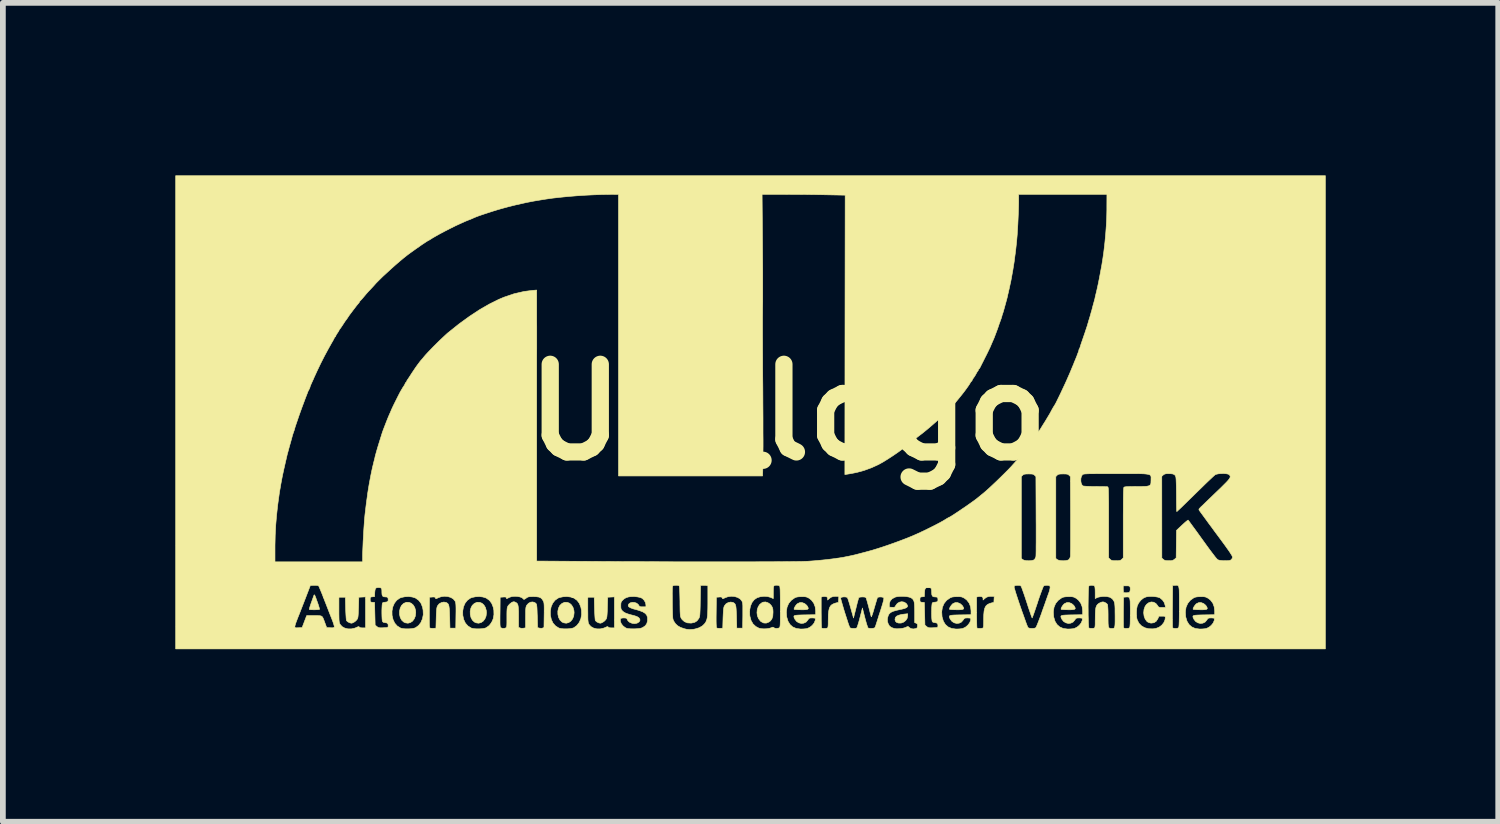
<source format=kicad_pcb>
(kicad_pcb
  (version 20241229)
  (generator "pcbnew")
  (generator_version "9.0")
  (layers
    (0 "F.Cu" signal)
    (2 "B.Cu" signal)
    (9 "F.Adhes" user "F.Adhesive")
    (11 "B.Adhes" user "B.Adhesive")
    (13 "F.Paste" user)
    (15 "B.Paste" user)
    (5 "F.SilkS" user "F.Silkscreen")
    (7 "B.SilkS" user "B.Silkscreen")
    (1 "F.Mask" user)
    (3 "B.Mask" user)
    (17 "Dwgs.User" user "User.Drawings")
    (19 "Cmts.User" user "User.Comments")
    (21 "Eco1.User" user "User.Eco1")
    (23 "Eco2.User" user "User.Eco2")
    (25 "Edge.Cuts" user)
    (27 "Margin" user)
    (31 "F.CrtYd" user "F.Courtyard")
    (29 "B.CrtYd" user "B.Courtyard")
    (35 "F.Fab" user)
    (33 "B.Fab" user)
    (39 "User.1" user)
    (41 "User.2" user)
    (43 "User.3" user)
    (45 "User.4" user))
  (footprint "AUV_logo"
    (layer "F.Cu")
    (at 10.002 4.12)
    (property "Reference" "AUV_logo" (at 0 0 0) (layer "F.SilkS") (effects (font (size 1.524 1.524) (thickness 0.3))))
    (attr through_hole)
    (fp_poly (pts (xy 2.733 3.537) (xy 2.724 3.583) (xy 2.699 3.621) (xy 2.663 3.649) (xy 2.62 3.665) (xy 2.574 3.665) (xy 2.542 3.655) (xy 2.52 3.634) (xy 2.512 3.604) (xy 2.519 3.571) (xy 2.521 3.567) (xy 2.54 3.546) (xy 2.573 3.53) (xy 2.621 3.517) (xy 2.67 3.51) (xy 2.733 3.503) (xy 2.733 3.537)) (stroke (width 0.01) (type solid)) (fill yes) (layer "F.SilkS"))
    (fp_poly (pts (xy 0.941 3.326) (xy 0.977 3.356) (xy 0.991 3.376) (xy 1.002 3.399) (xy 1.004 3.415) (xy 0.994 3.425) (xy 0.97 3.431) (xy 0.93 3.434) (xy 0.88 3.434) (xy 0.833 3.433) (xy 0.794 3.431) (xy 0.768 3.429) (xy 0.758 3.426) (xy 0.759 3.41) (xy 0.77 3.386) (xy 0.787 3.359) (xy 0.808 3.335) (xy 0.817 3.328) (xy 0.856 3.31) (xy 0.899 3.31) (xy 0.941 3.326)) (stroke (width 0.01) (type solid)) (fill yes) (layer "F.SilkS"))
    (fp_poly (pts (xy 3.643 3.326) (xy 3.679 3.356) (xy 3.693 3.376) (xy 3.705 3.399) (xy 3.707 3.415) (xy 3.697 3.425) (xy 3.673 3.431) (xy 3.633 3.434) (xy 3.582 3.434) (xy 3.536 3.433) (xy 3.497 3.431) (xy 3.47 3.429) (xy 3.46 3.426) (xy 3.461 3.41) (xy 3.472 3.386) (xy 3.49 3.359) (xy 3.511 3.335) (xy 3.519 3.328) (xy 3.559 3.31) (xy 3.601 3.31) (xy 3.643 3.326)) (stroke (width 0.01) (type solid)) (fill yes) (layer "F.SilkS"))
    (fp_poly (pts (xy 5.584 3.326) (xy 5.62 3.356) (xy 5.634 3.376) (xy 5.645 3.399) (xy 5.647 3.415) (xy 5.637 3.425) (xy 5.613 3.431) (xy 5.573 3.434) (xy 5.523 3.434) (xy 5.476 3.433) (xy 5.438 3.431) (xy 5.411 3.429) (xy 5.401 3.426) (xy 5.402 3.41) (xy 5.413 3.386) (xy 5.43 3.359) (xy 5.451 3.335) (xy 5.46 3.328) (xy 5.499 3.31) (xy 5.542 3.31) (xy 5.584 3.326)) (stroke (width 0.01) (type solid)) (fill yes) (layer "F.SilkS"))
    (fp_poly (pts (xy 7.88 3.326) (xy 7.916 3.356) (xy 7.93 3.376) (xy 7.941 3.399) (xy 7.943 3.415) (xy 7.934 3.425) (xy 7.91 3.431) (xy 7.87 3.434) (xy 7.819 3.434) (xy 7.772 3.433) (xy 7.734 3.431) (xy 7.707 3.429) (xy 7.697 3.426) (xy 7.698 3.41) (xy 7.709 3.386) (xy 7.727 3.359) (xy 7.747 3.335) (xy 7.756 3.328) (xy 7.795 3.31) (xy 7.838 3.31) (xy 7.88 3.326)) (stroke (width 0.01) (type solid)) (fill yes) (layer "F.SilkS"))
    (fp_poly (pts (xy -5.94 3.305) (xy -5.9 3.321) (xy -5.865 3.352) (xy -5.839 3.395) (xy -5.824 3.449) (xy -5.822 3.485) (xy -5.829 3.544) (xy -5.849 3.593) (xy -5.878 3.632) (xy -5.916 3.657) (xy -5.958 3.668) (xy -6.003 3.661) (xy -6.032 3.647) (xy -6.068 3.613) (xy -6.092 3.567) (xy -6.104 3.514) (xy -6.104 3.458) (xy -6.092 3.405) (xy -6.069 3.359) (xy -6.034 3.325) (xy -6.031 3.323) (xy -5.985 3.304) (xy -5.94 3.305)) (stroke (width 0.01) (type solid)) (fill yes) (layer "F.SilkS"))
    (fp_poly (pts (xy -4.711 3.305) (xy -4.67 3.321) (xy -4.636 3.352) (xy -4.61 3.395) (xy -4.595 3.449) (xy -4.592 3.485) (xy -4.599 3.544) (xy -4.619 3.593) (xy -4.649 3.632) (xy -4.686 3.657) (xy -4.729 3.668) (xy -4.773 3.661) (xy -4.803 3.647) (xy -4.838 3.613) (xy -4.862 3.567) (xy -4.874 3.514) (xy -4.875 3.458) (xy -4.863 3.405) (xy -4.84 3.359) (xy -4.804 3.325) (xy -4.801 3.323) (xy -4.756 3.304) (xy -4.711 3.305)) (stroke (width 0.01) (type solid)) (fill yes) (layer "F.SilkS"))
    (fp_poly (pts (xy -3.187 3.305) (xy -3.146 3.321) (xy -3.112 3.352) (xy -3.086 3.395) (xy -3.071 3.449) (xy -3.068 3.485) (xy -3.075 3.544) (xy -3.095 3.593) (xy -3.125 3.632) (xy -3.162 3.657) (xy -3.205 3.668) (xy -3.249 3.661) (xy -3.279 3.647) (xy -3.314 3.613) (xy -3.338 3.567) (xy -3.35 3.514) (xy -3.351 3.458) (xy -3.339 3.405) (xy -3.316 3.359) (xy -3.28 3.325) (xy -3.277 3.323) (xy -3.232 3.304) (xy -3.187 3.305)) (stroke (width 0.01) (type solid)) (fill yes) (layer "F.SilkS"))
    (fp_poly (pts (xy 0.302 3.311) (xy 0.341 3.338) (xy 0.367 3.369) (xy 0.38 3.395) (xy 0.388 3.422) (xy 0.391 3.458) (xy 0.391 3.485) (xy 0.387 3.546) (xy 0.372 3.592) (xy 0.347 3.627) (xy 0.319 3.648) (xy 0.273 3.666) (xy 0.229 3.664) (xy 0.186 3.642) (xy 0.174 3.633) (xy 0.14 3.59) (xy 0.119 3.539) (xy 0.112 3.485) (xy 0.117 3.431) (xy 0.134 3.381) (xy 0.162 3.339) (xy 0.202 3.309) (xy 0.22 3.302) (xy 0.26 3.298) (xy 0.302 3.311)) (stroke (width 0.01) (type solid)) (fill yes) (layer "F.SilkS"))
    (fp_poly (pts (xy -7.581 3.177) (xy -7.573 3.193) (xy -7.561 3.222) (xy -7.545 3.268) (xy -7.537 3.289) (xy -7.52 3.337) (xy -7.507 3.378) (xy -7.498 3.409) (xy -7.494 3.425) (xy -7.495 3.426) (xy -7.506 3.43) (xy -7.532 3.432) (xy -7.567 3.434) (xy -7.604 3.434) (xy -7.638 3.433) (xy -7.663 3.431) (xy -7.673 3.428) (xy -7.672 3.417) (xy -7.665 3.391) (xy -7.654 3.355) (xy -7.643 3.324) (xy -7.627 3.279) (xy -7.612 3.237) (xy -7.6 3.204) (xy -7.596 3.192) (xy -7.591 3.179) (xy -7.586 3.174) (xy -7.581 3.177)) (stroke (width 0.01) (type solid)) (fill yes) (layer "F.SilkS"))
    (fp_poly (pts (xy 9.997 4.115) (xy -9.997 4.115) (xy -9.997 3.728) (xy -7.925 3.728) (xy -7.923 3.74) (xy -7.916 3.746) (xy -7.898 3.748) (xy -7.864 3.747) (xy -7.861 3.747) (xy -7.798 3.744) (xy -7.719 3.536) (xy -7.588 3.536) (xy -7.533 3.536) (xy -7.494 3.537) (xy -7.468 3.542) (xy -7.449 3.554) (xy -7.435 3.576) (xy -7.421 3.609) (xy -7.403 3.658) (xy -7.371 3.744) (xy -7.307 3.747) (xy -7.27 3.748) (xy -7.249 3.744) (xy -7.239 3.737) (xy -7.238 3.734) (xy -7.239 3.72) (xy -7.247 3.69) (xy -7.26 3.65) (xy -7.278 3.602) (xy -7.283 3.589) (xy -7.303 3.539) (xy -7.328 3.475) (xy -7.356 3.403) (xy -7.385 3.328) (xy -7.414 3.255) (xy -7.417 3.246) (xy -7.429 3.216) (xy -7.158 3.216) (xy -7.158 3.434) (xy -7.158 3.507) (xy -7.157 3.563) (xy -7.156 3.604) (xy -7.154 3.633) (xy -7.15 3.655) (xy -7.146 3.671) (xy -7.139 3.684) (xy -7.137 3.688) (xy -7.104 3.726) (xy -7.058 3.752) (xy -7.003 3.766) (xy -6.944 3.767) (xy -6.884 3.754) (xy -6.861 3.745) (xy -6.83 3.731) (xy -6.813 3.727) (xy -6.805 3.732) (xy -6.803 3.735) (xy -6.79 3.745) (xy -6.758 3.749) (xy -6.747 3.749) (xy -6.695 3.749) (xy -6.695 3.256) (xy -6.614 3.256) (xy -6.613 3.284) (xy -6.607 3.297) (xy -6.592 3.302) (xy -6.576 3.304) (xy -6.538 3.307) (xy -6.528 3.7) (xy -6.499 3.725) (xy -6.482 3.737) (xy -6.465 3.745) (xy -6.442 3.748) (xy -6.406 3.748) (xy -6.387 3.747) (xy -6.346 3.745) (xy -6.322 3.743) (xy -6.309 3.738) (xy -6.303 3.729) (xy -6.301 3.715) (xy -6.304 3.683) (xy -6.323 3.664) (xy -6.356 3.658) (xy -6.387 3.652) (xy -6.4 3.638) (xy -6.405 3.619) (xy -6.408 3.586) (xy -6.41 3.542) (xy -6.411 3.493) (xy -6.411 3.456) (xy -6.235 3.456) (xy -6.234 3.53) (xy -6.217 3.604) (xy -6.187 3.667) (xy -6.144 3.716) (xy -6.089 3.75) (xy -6.081 3.754) (xy -6.045 3.762) (xy -5.998 3.766) (xy -5.945 3.766) (xy -5.894 3.763) (xy -5.852 3.755) (xy -5.827 3.747) (xy -5.773 3.708) (xy -5.732 3.655) (xy -5.705 3.591) (xy -5.7 3.564) (xy -5.586 3.564) (xy -5.586 3.63) (xy -5.585 3.679) (xy -5.584 3.714) (xy -5.581 3.737) (xy -5.578 3.749) (xy -5.575 3.751) (xy -5.558 3.756) (xy -5.529 3.757) (xy -5.517 3.757) (xy -5.471 3.754) (xy -5.466 3.576) (xy -5.464 3.508) (xy -5.461 3.457) (xy -5.458 3.419) (xy -5.453 3.393) (xy -5.447 3.374) (xy -5.443 3.366) (xy -5.415 3.331) (xy -5.376 3.309) (xy -5.334 3.3) (xy -5.293 3.307) (xy -5.286 3.311) (xy -5.27 3.321) (xy -5.258 3.334) (xy -5.249 3.353) (xy -5.243 3.381) (xy -5.238 3.42) (xy -5.235 3.474) (xy -5.233 3.544) (xy -5.232 3.561) (xy -5.227 3.754) (xy -5.126 3.754) (xy -5.123 3.536) (xy -5.122 3.462) (xy -5.122 3.456) (xy -5.005 3.456) (xy -5.004 3.53) (xy -4.988 3.604) (xy -4.958 3.667) (xy -4.914 3.716) (xy -4.86 3.75) (xy -4.851 3.754) (xy -4.816 3.762) (xy -4.768 3.766) (xy -4.716 3.766) (xy -4.665 3.763) (xy -4.622 3.755) (xy -4.597 3.747) (xy -4.544 3.708) (xy -4.503 3.655) (xy -4.486 3.617) (xy -4.357 3.617) (xy -4.357 3.663) (xy -4.356 3.696) (xy -4.354 3.719) (xy -4.351 3.733) (xy -4.346 3.742) (xy -4.342 3.747) (xy -4.311 3.758) (xy -4.275 3.756) (xy -4.256 3.749) (xy -4.249 3.743) (xy -4.244 3.735) (xy -4.24 3.72) (xy -4.238 3.695) (xy -4.237 3.657) (xy -4.237 3.604) (xy -4.237 3.567) (xy -4.237 3.504) (xy -4.236 3.458) (xy -4.234 3.425) (xy -4.231 3.402) (xy -4.226 3.385) (xy -4.219 3.371) (xy -4.214 3.362) (xy -4.188 3.334) (xy -4.158 3.31) (xy -4.155 3.308) (xy -4.129 3.296) (xy -4.11 3.295) (xy -4.089 3.303) (xy -4.071 3.313) (xy -4.057 3.326) (xy -4.047 3.345) (xy -4.041 3.372) (xy -4.037 3.41) (xy -4.034 3.462) (xy -4.034 3.531) (xy -4.034 3.554) (xy -4.034 3.739) (xy -4.009 3.751) (xy -3.981 3.757) (xy -3.948 3.755) (xy -3.912 3.748) (xy -3.912 3.568) (xy -3.911 3.503) (xy -3.911 3.454) (xy -3.909 3.419) (xy -3.906 3.394) (xy -3.901 3.376) (xy -3.895 3.361) (xy -3.891 3.355) (xy -3.862 3.322) (xy -3.825 3.302) (xy -3.787 3.298) (xy -3.751 3.309) (xy -3.732 3.324) (xy -3.725 3.334) (xy -3.72 3.347) (xy -3.717 3.368) (xy -3.714 3.398) (xy -3.712 3.442) (xy -3.71 3.501) (xy -3.708 3.544) (xy -3.703 3.744) (xy -3.675 3.753) (xy -3.635 3.757) (xy -3.619 3.753) (xy -3.592 3.743) (xy -3.589 3.53) (xy -3.588 3.458) (xy -3.588 3.456) (xy -3.481 3.456) (xy -3.48 3.53) (xy -3.464 3.604) (xy -3.434 3.667) (xy -3.39 3.716) (xy -3.336 3.75) (xy -3.327 3.754) (xy -3.292 3.762) (xy -3.244 3.766) (xy -3.192 3.766) (xy -3.141 3.763) (xy -3.098 3.755) (xy -3.073 3.747) (xy -3.02 3.708) (xy -2.979 3.655) (xy -2.951 3.591) (xy -2.938 3.519) (xy -2.94 3.442) (xy -2.951 3.389) (xy -2.977 3.323) (xy -3.016 3.271) (xy -3.069 3.233) (xy -3.076 3.229) (xy -3.118 3.216) (xy -2.83 3.216) (xy -2.83 3.434) (xy -2.829 3.507) (xy -2.829 3.563) (xy -2.828 3.604) (xy -2.825 3.633) (xy -2.822 3.655) (xy -2.818 3.671) (xy -2.811 3.684) (xy -2.809 3.688) (xy -2.776 3.726) (xy -2.73 3.752) (xy -2.675 3.766) (xy -2.615 3.767) (xy -2.556 3.754) (xy -2.533 3.745) (xy -2.502 3.731) (xy -2.485 3.727) (xy -2.476 3.732) (xy -2.475 3.735) (xy -2.461 3.745) (xy -2.43 3.749) (xy -2.418 3.749) (xy -2.367 3.749) (xy -2.367 3.612) (xy -2.265 3.612) (xy -2.261 3.643) (xy -2.246 3.679) (xy -2.217 3.715) (xy -2.18 3.744) (xy -2.153 3.757) (xy -2.127 3.762) (xy -2.088 3.765) (xy -2.04 3.766) (xy -2.017 3.766) (xy -1.964 3.763) (xy -1.926 3.759) (xy -1.897 3.752) (xy -1.872 3.741) (xy -1.83 3.712) (xy -1.804 3.675) (xy -1.791 3.626) (xy -1.791 3.618) (xy -1.791 3.57) (xy -1.804 3.53) (xy -1.83 3.498) (xy -1.873 3.471) (xy -1.933 3.448) (xy -1.98 3.434) (xy -2.044 3.417) (xy -2.088 3.4) (xy -2.116 3.383) (xy -2.127 3.366) (xy -2.124 3.346) (xy -2.117 3.334) (xy -2.092 3.314) (xy -2.056 3.305) (xy -2.017 3.307) (xy -1.98 3.32) (xy -1.952 3.343) (xy -1.945 3.354) (xy -1.934 3.371) (xy -1.921 3.38) (xy -1.898 3.383) (xy -1.874 3.383) (xy -1.819 3.383) (xy -1.819 3.35) (xy -1.827 3.309) (xy -1.85 3.269) (xy -1.881 3.237) (xy -1.884 3.235) (xy -1.919 3.22) (xy -1.967 3.21) (xy -2.021 3.204) (xy -2.076 3.205) (xy -2.118 3.21) (xy -2.161 3.223) (xy -2.194 3.241) (xy -2.217 3.261) (xy -2.239 3.284) (xy -2.25 3.303) (xy -2.255 3.327) (xy -2.256 3.363) (xy -2.255 3.399) (xy -2.25 3.423) (xy -2.239 3.441) (xy -2.223 3.459) (xy -2.201 3.476) (xy -2.174 3.491) (xy -2.137 3.505) (xy -2.087 3.52) (xy -2.027 3.535) (xy -1.977 3.551) (xy -1.943 3.572) (xy -1.925 3.597) (xy -1.924 3.624) (xy -1.939 3.646) (xy -1.973 3.667) (xy -2.015 3.675) (xy -2.058 3.67) (xy -2.099 3.654) (xy -2.129 3.629) (xy -2.14 3.611) (xy -2.15 3.59) (xy -2.162 3.58) (xy -2.184 3.577) (xy -2.205 3.576) (xy -2.241 3.579) (xy -2.26 3.59) (xy -2.265 3.612) (xy -2.367 3.612) (xy -2.367 3.21) (xy -2.426 3.213) (xy -2.484 3.216) (xy -2.489 3.394) (xy -2.491 3.461) (xy -2.494 3.511) (xy -2.497 3.547) (xy -2.501 3.572) (xy -2.507 3.589) (xy -2.513 3.6) (xy -2.536 3.627) (xy -2.567 3.65) (xy -2.598 3.665) (xy -2.614 3.668) (xy -2.642 3.661) (xy -2.672 3.646) (xy -2.694 3.627) (xy -2.699 3.62) (xy -2.702 3.604) (xy -2.705 3.572) (xy -2.708 3.526) (xy -2.711 3.471) (xy -2.713 3.409) (xy -2.713 3.409) (xy -2.718 3.216) (xy -2.83 3.216) (xy -3.118 3.216) (xy -3.13 3.212) (xy -3.194 3.204) (xy -3.26 3.208) (xy -3.321 3.221) (xy -3.348 3.232) (xy -3.4 3.269) (xy -3.44 3.32) (xy -3.468 3.384) (xy -3.481 3.456) (xy -3.588 3.456) (xy -3.588 3.402) (xy -3.589 3.361) (xy -3.591 3.331) (xy -3.594 3.309) (xy -3.599 3.293) (xy -3.604 3.282) (xy -3.625 3.249) (xy -3.65 3.226) (xy -3.682 3.213) (xy -3.727 3.207) (xy -3.773 3.205) (xy -3.819 3.206) (xy -3.85 3.208) (xy -3.871 3.213) (xy -3.889 3.223) (xy -3.904 3.234) (xy -3.928 3.25) (xy -3.942 3.254) (xy -3.949 3.248) (xy -3.972 3.226) (xy -4.009 3.211) (xy -4.056 3.202) (xy -4.106 3.2) (xy -4.154 3.205) (xy -4.195 3.219) (xy -4.199 3.221) (xy -4.226 3.235) (xy -4.241 3.24) (xy -4.246 3.235) (xy -4.247 3.225) (xy -4.251 3.216) (xy -4.266 3.212) (xy -4.296 3.212) (xy -4.3 3.213) (xy -4.354 3.216) (xy -4.356 3.475) (xy -4.357 3.555) (xy -4.357 3.617) (xy -4.486 3.617) (xy -4.475 3.591) (xy -4.462 3.519) (xy -4.464 3.442) (xy -4.475 3.389) (xy -4.501 3.323) (xy -4.54 3.271) (xy -4.593 3.233) (xy -4.6 3.229) (xy -4.654 3.212) (xy -4.718 3.204) (xy -4.784 3.208) (xy -4.845 3.221) (xy -4.872 3.232) (xy -4.924 3.269) (xy -4.964 3.32) (xy -4.992 3.384) (xy -5.005 3.456) (xy -5.122 3.456) (xy -5.122 3.406) (xy -5.123 3.365) (xy -5.125 3.334) (xy -5.128 3.313) (xy -5.132 3.296) (xy -5.139 3.283) (xy -5.139 3.282) (xy -5.169 3.246) (xy -5.212 3.22) (xy -5.265 3.204) (xy -5.323 3.199) (xy -5.38 3.207) (xy -5.428 3.224) (xy -5.456 3.237) (xy -5.47 3.242) (xy -5.477 3.237) (xy -5.48 3.229) (xy -5.486 3.217) (xy -5.501 3.212) (xy -5.53 3.212) (xy -5.534 3.213) (xy -5.583 3.216) (xy -5.586 3.479) (xy -5.586 3.564) (xy -5.7 3.564) (xy -5.691 3.519) (xy -5.694 3.442) (xy -5.704 3.389) (xy -5.73 3.323) (xy -5.769 3.271) (xy -5.822 3.233) (xy -5.829 3.229) (xy -5.883 3.212) (xy -5.947 3.204) (xy -6.013 3.208) (xy -6.074 3.221) (xy -6.101 3.232) (xy -6.153 3.269) (xy -6.193 3.32) (xy -6.221 3.384) (xy -6.235 3.456) (xy -6.411 3.456) (xy -6.411 3.442) (xy -6.409 3.394) (xy -6.407 3.354) (xy -6.403 3.325) (xy -6.399 3.314) (xy -6.381 3.306) (xy -6.353 3.302) (xy -6.349 3.302) (xy -6.317 3.296) (xy -6.302 3.277) (xy -6.302 3.244) (xy -6.304 3.235) (xy -6.311 3.219) (xy -6.327 3.212) (xy -6.348 3.211) (xy -6.379 3.208) (xy -6.398 3.196) (xy -6.408 3.173) (xy -6.41 3.15) (xy -1.361 3.15) (xy -1.36 3.218) (xy -1.36 3.304) (xy -1.36 3.308) (xy -1.359 3.392) (xy -1.357 3.458) (xy -1.356 3.509) (xy -1.354 3.547) (xy -1.352 3.575) (xy -1.349 3.596) (xy -1.344 3.611) (xy -1.338 3.625) (xy -1.334 3.633) (xy -1.304 3.678) (xy -1.266 3.713) (xy -1.217 3.741) (xy -1.153 3.763) (xy -1.113 3.773) (xy -1.059 3.778) (xy -0.996 3.774) (xy -0.963 3.768) (xy -0.894 3.747) (xy -0.839 3.716) (xy -0.805 3.684) (xy -0.787 3.662) (xy -0.773 3.638) (xy -0.762 3.611) (xy -0.754 3.578) (xy -0.752 3.564) (xy -0.598 3.564) (xy -0.598 3.63) (xy -0.597 3.679) (xy -0.595 3.714) (xy -0.593 3.737) (xy -0.589 3.749) (xy -0.587 3.751) (xy -0.569 3.756) (xy -0.541 3.757) (xy -0.528 3.757) (xy -0.483 3.754) (xy -0.478 3.576) (xy -0.475 3.508) (xy -0.472 3.457) (xy -0.469 3.419) (xy -0.464 3.393) (xy -0.458 3.374) (xy -0.454 3.366) (xy -0.426 3.331) (xy -0.388 3.309) (xy -0.345 3.3) (xy -0.304 3.307) (xy -0.297 3.311) (xy -0.281 3.321) (xy -0.269 3.334) (xy -0.261 3.353) (xy -0.254 3.381) (xy -0.25 3.42) (xy -0.247 3.474) (xy -0.244 3.544) (xy -0.244 3.561) (xy -0.239 3.754) (xy -0.137 3.754) (xy -0.134 3.536) (xy -0.134 3.462) (xy -0.134 3.441) (xy -0.015 3.441) (xy -0.014 3.519) (xy -0.011 3.546) (xy 0.009 3.62) (xy 0.044 3.681) (xy 0.093 3.726) (xy 0.148 3.755) (xy 0.186 3.763) (xy 0.234 3.766) (xy 0.285 3.764) (xy 0.331 3.756) (xy 0.362 3.746) (xy 0.384 3.737) (xy 0.397 3.739) (xy 0.404 3.745) (xy 0.426 3.756) (xy 0.457 3.759) (xy 0.489 3.753) (xy 0.499 3.749) (xy 0.504 3.745) (xy 0.508 3.739) (xy 0.511 3.729) (xy 0.514 3.712) (xy 0.516 3.687) (xy 0.517 3.651) (xy 0.518 3.603) (xy 0.518 3.54) (xy 0.518 3.466) (xy 0.623 3.466) (xy 0.628 3.549) (xy 0.63 3.561) (xy 0.652 3.634) (xy 0.687 3.691) (xy 0.734 3.733) (xy 0.795 3.759) (xy 0.868 3.769) (xy 0.878 3.769) (xy 0.921 3.768) (xy 0.962 3.764) (xy 0.988 3.759) (xy 1.033 3.738) (xy 1.074 3.705) (xy 1.106 3.665) (xy 1.124 3.622) (xy 1.128 3.597) (xy 1.125 3.585) (xy 1.115 3.579) (xy 1.092 3.577) (xy 1.073 3.576) (xy 1.04 3.577) (xy 1.021 3.582) (xy 1.008 3.595) (xy 0.997 3.612) (xy 0.966 3.648) (xy 0.926 3.667) (xy 0.883 3.672) (xy 0.84 3.661) (xy 0.801 3.637) (xy 0.771 3.598) (xy 0.768 3.591) (xy 0.758 3.57) (xy 0.754 3.553) (xy 0.757 3.542) (xy 0.77 3.534) (xy 0.796 3.529) (xy 0.836 3.526) (xy 0.892 3.524) (xy 0.947 3.523) (xy 1.133 3.52) (xy 1.133 3.454) (xy 1.124 3.382) (xy 1.099 3.318) (xy 1.059 3.266) (xy 1.022 3.236) (xy 0.994 3.221) (xy 0.974 3.213) (xy 1.229 3.213) (xy 1.229 3.479) (xy 1.23 3.551) (xy 1.23 3.616) (xy 1.231 3.671) (xy 1.233 3.714) (xy 1.234 3.742) (xy 1.236 3.752) (xy 1.251 3.757) (xy 1.277 3.759) (xy 1.307 3.758) (xy 1.331 3.754) (xy 1.335 3.753) (xy 1.342 3.748) (xy 1.346 3.736) (xy 1.349 3.715) (xy 1.351 3.68) (xy 1.351 3.63) (xy 1.352 3.598) (xy 1.353 3.517) (xy 1.36 3.454) (xy 1.371 3.406) (xy 1.389 3.37) (xy 1.415 3.345) (xy 1.45 3.327) (xy 1.481 3.317) (xy 1.529 3.305) (xy 1.532 3.253) (xy 1.534 3.227) (xy 1.568 3.227) (xy 1.569 3.24) (xy 1.576 3.27) (xy 1.588 3.312) (xy 1.603 3.364) (xy 1.62 3.422) (xy 1.639 3.484) (xy 1.659 3.546) (xy 1.678 3.605) (xy 1.695 3.658) (xy 1.71 3.701) (xy 1.722 3.732) (xy 1.729 3.746) (xy 1.73 3.747) (xy 1.745 3.754) (xy 1.773 3.758) (xy 1.805 3.759) (xy 1.833 3.756) (xy 1.846 3.751) (xy 1.853 3.739) (xy 1.863 3.711) (xy 1.876 3.669) (xy 1.891 3.618) (xy 1.902 3.574) (xy 1.946 3.404) (xy 1.989 3.574) (xy 2.004 3.63) (xy 2.018 3.679) (xy 2.031 3.718) (xy 2.04 3.743) (xy 2.045 3.751) (xy 2.065 3.757) (xy 2.095 3.759) (xy 2.126 3.757) (xy 2.151 3.752) (xy 2.161 3.747) (xy 2.17 3.729) (xy 2.18 3.702) (xy 2.181 3.698) (xy 2.187 3.678) (xy 2.199 3.642) (xy 2.214 3.594) (xy 2.217 3.586) (xy 2.38 3.586) (xy 2.382 3.64) (xy 2.394 3.677) (xy 2.416 3.716) (xy 2.45 3.742) (xy 2.497 3.759) (xy 2.541 3.765) (xy 2.594 3.763) (xy 2.647 3.756) (xy 2.691 3.744) (xy 2.702 3.739) (xy 2.726 3.727) (xy 2.74 3.725) (xy 2.751 3.733) (xy 2.756 3.739) (xy 2.788 3.761) (xy 2.83 3.768) (xy 2.864 3.763) (xy 2.889 3.755) (xy 2.9 3.741) (xy 2.904 3.716) (xy 2.904 3.69) (xy 2.896 3.676) (xy 2.881 3.668) (xy 2.855 3.658) (xy 2.855 3.484) (xy 2.854 3.41) (xy 2.852 3.353) (xy 2.848 3.311) (xy 2.84 3.28) (xy 2.828 3.257) (xy 2.827 3.256) (xy 2.946 3.256) (xy 2.947 3.284) (xy 2.953 3.297) (xy 2.969 3.302) (xy 2.985 3.304) (xy 3.023 3.307) (xy 3.033 3.7) (xy 3.062 3.725) (xy 3.078 3.737) (xy 3.095 3.745) (xy 3.119 3.748) (xy 3.154 3.748) (xy 3.173 3.747) (xy 3.214 3.745) (xy 3.239 3.743) (xy 3.252 3.738) (xy 3.257 3.729) (xy 3.26 3.715) (xy 3.256 3.683) (xy 3.237 3.664) (xy 3.205 3.658) (xy 3.174 3.652) (xy 3.16 3.638) (xy 3.156 3.619) (xy 3.152 3.586) (xy 3.15 3.542) (xy 3.149 3.493) (xy 3.15 3.466) (xy 3.325 3.466) (xy 3.33 3.549) (xy 3.332 3.561) (xy 3.354 3.634) (xy 3.389 3.691) (xy 3.437 3.733) (xy 3.498 3.759) (xy 3.571 3.769) (xy 3.581 3.769) (xy 3.624 3.768) (xy 3.664 3.764) (xy 3.691 3.759) (xy 3.736 3.738) (xy 3.776 3.705) (xy 3.808 3.665) (xy 3.827 3.622) (xy 3.83 3.597) (xy 3.828 3.585) (xy 3.818 3.579) (xy 3.794 3.577) (xy 3.775 3.576) (xy 3.743 3.577) (xy 3.724 3.582) (xy 3.71 3.595) (xy 3.699 3.612) (xy 3.668 3.648) (xy 3.629 3.667) (xy 3.585 3.672) (xy 3.542 3.661) (xy 3.504 3.637) (xy 3.473 3.598) (xy 3.47 3.591) (xy 3.46 3.57) (xy 3.456 3.553) (xy 3.46 3.542) (xy 3.473 3.534) (xy 3.498 3.529) (xy 3.538 3.526) (xy 3.594 3.524) (xy 3.65 3.523) (xy 3.835 3.52) (xy 3.835 3.454) (xy 3.827 3.382) (xy 3.802 3.318) (xy 3.762 3.266) (xy 3.724 3.236) (xy 3.697 3.221) (xy 3.676 3.213) (xy 3.932 3.213) (xy 3.932 3.479) (xy 3.932 3.551) (xy 3.933 3.616) (xy 3.934 3.671) (xy 3.935 3.714) (xy 3.937 3.742) (xy 3.939 3.752) (xy 3.953 3.757) (xy 3.98 3.759) (xy 4.009 3.758) (xy 4.034 3.754) (xy 4.038 3.753) (xy 4.044 3.748) (xy 4.049 3.736) (xy 4.052 3.715) (xy 4.053 3.68) (xy 4.054 3.63) (xy 4.054 3.598) (xy 4.056 3.517) (xy 4.062 3.454) (xy 4.074 3.406) (xy 4.092 3.37) (xy 4.118 3.345) (xy 4.152 3.327) (xy 4.183 3.317) (xy 4.232 3.305) (xy 4.235 3.253) (xy 4.238 3.2) (xy 4.186 3.2) (xy 4.138 3.204) (xy 4.101 3.218) (xy 4.067 3.244) (xy 4.044 3.265) (xy 4.044 3.239) (xy 4.039 3.218) (xy 4.021 3.207) (xy 4.015 3.206) (xy 3.983 3.203) (xy 3.959 3.206) (xy 3.932 3.213) (xy 3.676 3.213) (xy 3.672 3.211) (xy 3.644 3.207) (xy 3.605 3.206) (xy 3.592 3.206) (xy 3.543 3.208) (xy 3.507 3.213) (xy 3.477 3.224) (xy 3.47 3.228) (xy 3.41 3.27) (xy 3.366 3.325) (xy 3.337 3.391) (xy 3.325 3.466) (xy 3.15 3.466) (xy 3.15 3.442) (xy 3.151 3.394) (xy 3.154 3.354) (xy 3.158 3.325) (xy 3.162 3.314) (xy 3.179 3.306) (xy 3.207 3.302) (xy 3.212 3.302) (xy 3.243 3.296) (xy 3.259 3.277) (xy 3.259 3.244) (xy 3.257 3.235) (xy 3.249 3.219) (xy 3.233 3.212) (xy 3.212 3.211) (xy 3.182 3.208) (xy 3.163 3.196) (xy 3.153 3.173) (xy 3.15 3.134) (xy 3.15 3.123) (xy 3.148 3.085) (xy 3.141 3.062) (xy 3.125 3.051) (xy 3.096 3.048) (xy 3.084 3.048) (xy 3.058 3.051) (xy 3.041 3.062) (xy 3.031 3.086) (xy 3.027 3.125) (xy 3.026 3.14) (xy 3.023 3.205) (xy 2.985 3.209) (xy 2.961 3.212) (xy 2.95 3.219) (xy 2.947 3.238) (xy 2.946 3.256) (xy 2.827 3.256) (xy 2.812 3.24) (xy 2.791 3.226) (xy 2.759 3.214) (xy 2.713 3.205) (xy 2.66 3.201) (xy 2.605 3.201) (xy 2.555 3.205) (xy 2.516 3.214) (xy 2.516 3.215) (xy 2.464 3.242) (xy 2.43 3.279) (xy 2.415 3.324) (xy 2.414 3.34) (xy 2.413 3.388) (xy 2.461 3.391) (xy 2.491 3.392) (xy 2.508 3.387) (xy 2.519 3.373) (xy 2.526 3.359) (xy 2.553 3.324) (xy 2.589 3.302) (xy 2.63 3.294) (xy 2.67 3.301) (xy 2.705 3.322) (xy 2.71 3.328) (xy 2.728 3.354) (xy 2.731 3.377) (xy 2.716 3.395) (xy 2.684 3.41) (xy 2.632 3.424) (xy 2.606 3.429) (xy 2.534 3.445) (xy 2.48 3.461) (xy 2.44 3.48) (xy 2.413 3.503) (xy 2.397 3.53) (xy 2.38 3.586) (xy 2.217 3.586) (xy 2.232 3.536) (xy 2.253 3.473) (xy 2.26 3.451) (xy 2.283 3.378) (xy 2.3 3.322) (xy 2.311 3.28) (xy 2.317 3.252) (xy 2.318 3.234) (xy 2.316 3.225) (xy 2.316 3.225) (xy 2.298 3.216) (xy 2.27 3.211) (xy 2.24 3.212) (xy 2.216 3.217) (xy 2.208 3.223) (xy 2.202 3.237) (xy 2.193 3.267) (xy 2.18 3.309) (xy 2.165 3.36) (xy 2.152 3.404) (xy 2.137 3.457) (xy 2.123 3.502) (xy 2.111 3.535) (xy 2.103 3.554) (xy 2.1 3.556) (xy 2.095 3.541) (xy 2.087 3.51) (xy 2.076 3.468) (xy 2.063 3.417) (xy 2.057 3.393) (xy 2.043 3.34) (xy 2.03 3.293) (xy 2.019 3.256) (xy 2.012 3.233) (xy 2.01 3.228) (xy 1.999 3.217) (xy 1.976 3.212) (xy 1.946 3.211) (xy 1.912 3.213) (xy 1.889 3.219) (xy 1.883 3.223) (xy 1.878 3.236) (xy 1.87 3.266) (xy 1.858 3.309) (xy 1.845 3.361) (xy 1.834 3.406) (xy 1.791 3.577) (xy 1.743 3.406) (xy 1.727 3.35) (xy 1.712 3.3) (xy 1.699 3.26) (xy 1.689 3.233) (xy 1.684 3.223) (xy 1.667 3.214) (xy 1.639 3.21) (xy 1.609 3.211) (xy 1.582 3.217) (xy 1.568 3.226) (xy 1.568 3.227) (xy 1.534 3.227) (xy 1.535 3.2) (xy 1.483 3.2) (xy 1.436 3.204) (xy 1.398 3.218) (xy 1.364 3.244) (xy 1.341 3.265) (xy 1.341 3.239) (xy 1.336 3.218) (xy 1.319 3.207) (xy 1.312 3.206) (xy 1.28 3.203) (xy 1.256 3.206) (xy 1.229 3.213) (xy 0.974 3.213) (xy 0.97 3.211) (xy 0.942 3.207) (xy 0.903 3.206) (xy 0.89 3.206) (xy 0.84 3.208) (xy 0.804 3.213) (xy 0.774 3.224) (xy 0.767 3.228) (xy 0.708 3.27) (xy 0.663 3.325) (xy 0.635 3.391) (xy 0.623 3.466) (xy 0.518 3.466) (xy 0.518 3.46) (xy 0.518 3.385) (xy 0.518 3.283) (xy 0.517 3.2) (xy 0.516 3.134) (xy 0.515 3.085) (xy 0.512 3.05) (xy 0.511 3.038) (xy 4.584 3.038) (xy 4.587 3.053) (xy 4.596 3.084) (xy 4.609 3.129) (xy 4.627 3.185) (xy 4.648 3.249) (xy 4.671 3.318) (xy 4.696 3.391) (xy 4.721 3.463) (xy 4.746 3.532) (xy 4.769 3.597) (xy 4.789 3.653) (xy 4.806 3.698) (xy 4.819 3.73) (xy 4.827 3.745) (xy 4.827 3.745) (xy 4.845 3.754) (xy 4.874 3.758) (xy 4.909 3.759) (xy 4.94 3.755) (xy 4.96 3.747) (xy 4.968 3.734) (xy 4.981 3.705) (xy 4.999 3.661) (xy 5.02 3.607) (xy 5.043 3.545) (xy 5.065 3.485) (xy 5.071 3.466) (xy 5.266 3.466) (xy 5.271 3.549) (xy 5.273 3.561) (xy 5.295 3.634) (xy 5.33 3.691) (xy 5.378 3.733) (xy 5.438 3.759) (xy 5.511 3.769) (xy 5.521 3.769) (xy 5.564 3.768) (xy 5.605 3.764) (xy 5.631 3.759) (xy 5.676 3.738) (xy 5.717 3.705) (xy 5.749 3.665) (xy 5.768 3.622) (xy 5.771 3.597) (xy 5.768 3.585) (xy 5.758 3.579) (xy 5.735 3.577) (xy 5.716 3.576) (xy 5.684 3.577) (xy 5.664 3.582) (xy 5.651 3.595) (xy 5.64 3.612) (xy 5.609 3.648) (xy 5.569 3.667) (xy 5.526 3.672) (xy 5.483 3.661) (xy 5.444 3.637) (xy 5.414 3.598) (xy 5.411 3.591) (xy 5.401 3.57) (xy 5.397 3.553) (xy 5.4 3.542) (xy 5.414 3.534) (xy 5.439 3.529) (xy 5.479 3.526) (xy 5.535 3.524) (xy 5.59 3.523) (xy 5.776 3.52) (xy 5.776 3.454) (xy 5.767 3.382) (xy 5.765 3.376) (xy 5.871 3.376) (xy 5.872 3.45) (xy 5.872 3.523) (xy 5.874 3.59) (xy 5.875 3.649) (xy 5.878 3.697) (xy 5.88 3.732) (xy 5.884 3.75) (xy 5.885 3.752) (xy 5.91 3.757) (xy 5.942 3.758) (xy 5.971 3.755) (xy 5.978 3.753) (xy 5.984 3.748) (xy 5.989 3.737) (xy 5.992 3.716) (xy 5.994 3.684) (xy 5.994 3.636) (xy 5.995 3.583) (xy 5.996 3.506) (xy 5.999 3.446) (xy 6.005 3.401) (xy 6.016 3.368) (xy 6.032 3.344) (xy 6.053 3.326) (xy 6.08 3.311) (xy 6.109 3.3) (xy 6.13 3.297) (xy 6.151 3.302) (xy 6.161 3.306) (xy 6.187 3.321) (xy 6.206 3.339) (xy 6.207 3.341) (xy 6.211 3.359) (xy 6.214 3.396) (xy 6.217 3.448) (xy 6.218 3.513) (xy 6.218 3.548) (xy 6.218 3.619) (xy 6.219 3.671) (xy 6.222 3.709) (xy 6.227 3.734) (xy 6.235 3.749) (xy 6.247 3.756) (xy 6.263 3.759) (xy 6.275 3.759) (xy 6.296 3.759) (xy 6.312 3.757) (xy 6.324 3.751) (xy 6.331 3.738) (xy 6.336 3.716) (xy 6.339 3.682) (xy 6.34 3.634) (xy 6.34 3.61) (xy 6.484 3.61) (xy 6.484 3.665) (xy 6.485 3.708) (xy 6.486 3.737) (xy 6.487 3.746) (xy 6.499 3.755) (xy 6.524 3.759) (xy 6.553 3.758) (xy 6.579 3.754) (xy 6.592 3.747) (xy 6.596 3.736) (xy 6.599 3.712) (xy 6.602 3.673) (xy 6.603 3.617) (xy 6.604 3.544) (xy 6.604 3.484) (xy 6.604 3.471) (xy 6.712 3.471) (xy 6.712 3.528) (xy 6.717 3.579) (xy 6.725 3.61) (xy 6.755 3.669) (xy 6.8 3.715) (xy 6.857 3.747) (xy 6.924 3.764) (xy 6.999 3.766) (xy 7.051 3.758) (xy 7.104 3.738) (xy 7.15 3.704) (xy 7.186 3.66) (xy 7.208 3.61) (xy 7.213 3.574) (xy 7.212 3.558) (xy 7.206 3.549) (xy 7.188 3.546) (xy 7.158 3.546) (xy 7.103 3.546) (xy 7.083 3.591) (xy 7.055 3.634) (xy 7.017 3.659) (xy 6.971 3.666) (xy 6.957 3.665) (xy 6.926 3.656) (xy 6.9 3.643) (xy 6.897 3.641) (xy 6.864 3.598) (xy 6.844 3.545) (xy 6.843 3.535) (xy 7.337 3.535) (xy 7.337 3.604) (xy 7.338 3.662) (xy 7.338 3.707) (xy 7.339 3.736) (xy 7.34 3.746) (xy 7.353 3.755) (xy 7.381 3.759) (xy 7.391 3.759) (xy 7.423 3.757) (xy 7.441 3.748) (xy 7.447 3.74) (xy 7.45 3.723) (xy 7.453 3.688) (xy 7.455 3.634) (xy 7.456 3.563) (xy 7.457 3.476) (xy 7.457 3.466) (xy 7.562 3.466) (xy 7.567 3.549) (xy 7.569 3.561) (xy 7.591 3.634) (xy 7.626 3.691) (xy 7.674 3.733) (xy 7.734 3.759) (xy 7.807 3.769) (xy 7.818 3.769) (xy 7.86 3.768) (xy 7.901 3.764) (xy 7.928 3.759) (xy 7.973 3.738) (xy 8.013 3.705) (xy 8.045 3.665) (xy 8.064 3.622) (xy 8.067 3.597) (xy 8.065 3.585) (xy 8.054 3.579) (xy 8.031 3.577) (xy 8.012 3.576) (xy 7.98 3.577) (xy 7.96 3.582) (xy 7.947 3.595) (xy 7.936 3.612) (xy 7.905 3.648) (xy 7.866 3.667) (xy 7.822 3.672) (xy 7.779 3.661) (xy 7.74 3.637) (xy 7.71 3.598) (xy 7.707 3.591) (xy 7.697 3.57) (xy 7.693 3.553) (xy 7.696 3.542) (xy 7.71 3.534) (xy 7.735 3.529) (xy 7.775 3.526) (xy 7.831 3.524) (xy 7.886 3.523) (xy 8.072 3.52) (xy 8.072 3.454) (xy 8.063 3.382) (xy 8.039 3.318) (xy 7.999 3.266) (xy 7.961 3.236) (xy 7.933 3.221) (xy 7.909 3.211) (xy 7.881 3.207) (xy 7.842 3.206) (xy 7.829 3.206) (xy 7.779 3.208) (xy 7.743 3.213) (xy 7.714 3.224) (xy 7.706 3.228) (xy 7.647 3.27) (xy 7.603 3.325) (xy 7.574 3.391) (xy 7.562 3.466) (xy 7.457 3.466) (xy 7.457 3.375) (xy 7.457 3.278) (xy 7.457 3.2) (xy 7.456 3.139) (xy 7.455 3.091) (xy 7.451 3.057) (xy 7.446 3.033) (xy 7.439 3.018) (xy 7.43 3.011) (xy 7.417 3.008) (xy 7.401 3.008) (xy 7.385 3.009) (xy 7.341 3.012) (xy 7.338 3.373) (xy 7.337 3.457) (xy 7.337 3.535) (xy 6.843 3.535) (xy 6.837 3.487) (xy 6.843 3.428) (xy 6.862 3.375) (xy 6.887 3.34) (xy 6.926 3.311) (xy 6.969 3.298) (xy 7.011 3.303) (xy 7.049 3.324) (xy 7.077 3.358) (xy 7.089 3.378) (xy 7.102 3.388) (xy 7.121 3.393) (xy 7.155 3.393) (xy 7.156 3.393) (xy 7.216 3.393) (xy 7.21 3.356) (xy 7.194 3.307) (xy 7.163 3.263) (xy 7.124 3.23) (xy 7.115 3.225) (xy 7.077 3.213) (xy 7.026 3.205) (xy 6.97 3.202) (xy 6.916 3.204) (xy 6.878 3.211) (xy 6.832 3.232) (xy 6.788 3.268) (xy 6.752 3.313) (xy 6.727 3.362) (xy 6.725 3.369) (xy 6.716 3.415) (xy 6.712 3.471) (xy 6.604 3.471) (xy 6.604 3.402) (xy 6.603 3.338) (xy 6.602 3.29) (xy 6.598 3.256) (xy 6.593 3.233) (xy 6.584 3.219) (xy 6.572 3.213) (xy 6.556 3.211) (xy 6.536 3.212) (xy 6.531 3.212) (xy 6.487 3.216) (xy 6.484 3.475) (xy 6.484 3.546) (xy 6.484 3.61) (xy 6.34 3.61) (xy 6.34 3.569) (xy 6.34 3.537) (xy 6.339 3.465) (xy 6.339 3.41) (xy 6.337 3.369) (xy 6.334 3.338) (xy 6.331 3.316) (xy 6.325 3.297) (xy 6.32 3.284) (xy 6.292 3.244) (xy 6.251 3.217) (xy 6.196 3.204) (xy 6.133 3.202) (xy 6.091 3.207) (xy 6.053 3.214) (xy 6.027 3.223) (xy 5.994 3.239) (xy 5.994 3.136) (xy 5.993 3.079) (xy 5.989 3.041) (xy 5.983 3.021) (xy 5.982 3.02) (xy 5.978 3.018) (xy 6.482 3.018) (xy 6.482 3.072) (xy 6.483 3.103) (xy 6.486 3.126) (xy 6.489 3.133) (xy 6.505 3.138) (xy 6.532 3.139) (xy 6.562 3.137) (xy 6.585 3.131) (xy 6.592 3.127) (xy 6.6 3.108) (xy 6.604 3.078) (xy 6.602 3.047) (xy 6.598 3.034) (xy 6.588 3.023) (xy 6.564 3.018) (xy 6.537 3.018) (xy 6.482 3.018) (xy 5.978 3.018) (xy 5.962 3.011) (xy 5.933 3.008) (xy 5.903 3.011) (xy 5.885 3.02) (xy 5.881 3.033) (xy 5.878 3.063) (xy 5.876 3.108) (xy 5.874 3.165) (xy 5.873 3.23) (xy 5.872 3.301) (xy 5.871 3.376) (xy 5.765 3.376) (xy 5.742 3.318) (xy 5.702 3.266) (xy 5.665 3.236) (xy 5.637 3.221) (xy 5.613 3.211) (xy 5.585 3.207) (xy 5.546 3.206) (xy 5.533 3.206) (xy 5.483 3.208) (xy 5.447 3.213) (xy 5.417 3.224) (xy 5.41 3.228) (xy 5.351 3.27) (xy 5.306 3.325) (xy 5.278 3.391) (xy 5.266 3.466) (xy 5.071 3.466) (xy 5.09 3.412) (xy 5.116 3.341) (xy 5.139 3.275) (xy 5.159 3.218) (xy 5.175 3.173) (xy 5.183 3.152) (xy 5.197 3.111) (xy 5.206 3.073) (xy 5.21 3.046) (xy 5.21 3.04) (xy 5.206 3.023) (xy 5.195 3.014) (xy 5.172 3.01) (xy 5.161 3.009) (xy 5.127 3.01) (xy 5.102 3.017) (xy 5.099 3.02) (xy 5.091 3.032) (xy 5.079 3.062) (xy 5.062 3.106) (xy 5.042 3.161) (xy 5.019 3.225) (xy 4.995 3.296) (xy 4.993 3.305) (xy 4.969 3.375) (xy 4.948 3.438) (xy 4.929 3.493) (xy 4.914 3.535) (xy 4.903 3.564) (xy 4.898 3.576) (xy 4.898 3.576) (xy 4.893 3.567) (xy 4.883 3.541) (xy 4.869 3.5) (xy 4.851 3.448) (xy 4.83 3.386) (xy 4.808 3.317) (xy 4.806 3.311) (xy 4.783 3.241) (xy 4.761 3.175) (xy 4.741 3.119) (xy 4.725 3.073) (xy 4.713 3.042) (xy 4.706 3.026) (xy 4.706 3.026) (xy 4.693 3.014) (xy 4.673 3.009) (xy 4.64 3.009) (xy 4.64 3.009) (xy 4.609 3.012) (xy 4.592 3.018) (xy 4.586 3.029) (xy 4.584 3.038) (xy 0.511 3.038) (xy 0.509 3.029) (xy 0.506 3.02) (xy 0.506 3.02) (xy 0.488 3.011) (xy 0.461 3.007) (xy 0.461 3.007) (xy 0.434 3.008) (xy 0.416 3.012) (xy 0.404 3.024) (xy 0.399 3.046) (xy 0.397 3.081) (xy 0.396 3.13) (xy 0.396 3.24) (xy 0.353 3.22) (xy 0.297 3.204) (xy 0.233 3.2) (xy 0.168 3.208) (xy 0.114 3.225) (xy 0.064 3.259) (xy 0.025 3.309) (xy -0.001 3.37) (xy -0.015 3.441) (xy -0.134 3.441) (xy -0.134 3.406) (xy -0.134 3.365) (xy -0.136 3.334) (xy -0.139 3.313) (xy -0.144 3.296) (xy -0.15 3.283) (xy -0.15 3.282) (xy -0.18 3.246) (xy -0.224 3.22) (xy -0.276 3.204) (xy -0.334 3.199) (xy -0.392 3.207) (xy -0.44 3.224) (xy -0.467 3.237) (xy -0.482 3.242) (xy -0.488 3.237) (xy -0.491 3.229) (xy -0.498 3.217) (xy -0.513 3.212) (xy -0.541 3.212) (xy -0.545 3.213) (xy -0.594 3.216) (xy -0.597 3.479) (xy -0.598 3.564) (xy -0.752 3.564) (xy -0.748 3.536) (xy -0.745 3.482) (xy -0.743 3.414) (xy -0.742 3.33) (xy -0.742 3.28) (xy -0.742 3.018) (xy -0.766 3.012) (xy -0.792 3.009) (xy -0.824 3.009) (xy -0.829 3.009) (xy -0.869 3.012) (xy -0.874 3.282) (xy -0.875 3.364) (xy -0.877 3.428) (xy -0.879 3.477) (xy -0.881 3.513) (xy -0.884 3.54) (xy -0.888 3.559) (xy -0.893 3.573) (xy -0.899 3.585) (xy -0.899 3.585) (xy -0.931 3.627) (xy -0.97 3.652) (xy -1.021 3.664) (xy -1.034 3.666) (xy -1.097 3.662) (xy -1.149 3.641) (xy -1.19 3.604) (xy -1.2 3.589) (xy -1.208 3.577) (xy -1.213 3.564) (xy -1.218 3.549) (xy -1.221 3.528) (xy -1.223 3.498) (xy -1.225 3.458) (xy -1.226 3.404) (xy -1.227 3.334) (xy -1.227 3.287) (xy -1.229 3.198) (xy -1.231 3.129) (xy -1.233 3.077) (xy -1.236 3.042) (xy -1.239 3.022) (xy -1.243 3.015) (xy -1.263 3.01) (xy -1.293 3.008) (xy -1.325 3.01) (xy -1.347 3.015) (xy -1.349 3.016) (xy -1.354 3.023) (xy -1.357 3.037) (xy -1.359 3.062) (xy -1.36 3.099) (xy -1.361 3.15) (xy -6.41 3.15) (xy -6.411 3.134) (xy -6.411 3.123) (xy -6.412 3.085) (xy -6.419 3.062) (xy -6.435 3.051) (xy -6.464 3.048) (xy -6.477 3.048) (xy -6.503 3.051) (xy -6.52 3.062) (xy -6.529 3.086) (xy -6.534 3.125) (xy -6.535 3.14) (xy -6.538 3.205) (xy -6.576 3.209) (xy -6.6 3.212) (xy -6.611 3.219) (xy -6.614 3.238) (xy -6.614 3.256) (xy -6.695 3.256) (xy -6.695 3.21) (xy -6.754 3.213) (xy -6.812 3.216) (xy -6.817 3.394) (xy -6.82 3.461) (xy -6.822 3.511) (xy -6.825 3.547) (xy -6.829 3.572) (xy -6.835 3.589) (xy -6.841 3.6) (xy -6.864 3.627) (xy -6.895 3.65) (xy -6.926 3.665) (xy -6.942 3.668) (xy -6.97 3.661) (xy -7 3.646) (xy -7.023 3.627) (xy -7.027 3.62) (xy -7.03 3.604) (xy -7.033 3.572) (xy -7.036 3.526) (xy -7.039 3.471) (xy -7.041 3.409) (xy -7.041 3.409) (xy -7.046 3.216) (xy -7.158 3.216) (xy -7.429 3.216) (xy -7.441 3.184) (xy -7.464 3.127) (xy -7.484 3.08) (xy -7.499 3.044) (xy -7.508 3.024) (xy -7.511 3.02) (xy -7.528 3.012) (xy -7.564 3.009) (xy -7.588 3.009) (xy -7.655 3.012) (xy -7.759 3.282) (xy -7.788 3.356) (xy -7.816 3.428) (xy -7.842 3.495) (xy -7.865 3.552) (xy -7.883 3.598) (xy -7.894 3.628) (xy -7.909 3.667) (xy -7.919 3.701) (xy -7.925 3.724) (xy -7.925 3.728) (xy -9.997 3.728) (xy -9.997 2.601) (xy -8.27 2.601) (xy -6.746 2.601) (xy -6.746 2.482) (xy -6.745 2.443) (xy -6.743 2.387) (xy -6.74 2.32) (xy -6.737 2.244) (xy -6.732 2.163) (xy -6.728 2.082) (xy -6.723 2.005) (xy -6.718 1.935) (xy -6.714 1.876) (xy -6.71 1.834) (xy -6.705 1.781) (xy -6.697 1.715) (xy -6.689 1.646) (xy -6.681 1.581) (xy -6.674 1.529) (xy -6.668 1.487) (xy -6.663 1.45) (xy -6.66 1.425) (xy -6.66 1.422) (xy -6.653 1.379) (xy -6.644 1.322) (xy -6.633 1.256) (xy -6.621 1.19) (xy -6.609 1.127) (xy -6.599 1.075) (xy -6.594 1.052) (xy -6.587 1.018) (xy -6.581 0.99) (xy -6.579 0.98) (xy -6.575 0.962) (xy -6.567 0.929) (xy -6.557 0.889) (xy -6.554 0.874) (xy -6.543 0.832) (xy -6.534 0.796) (xy -6.529 0.772) (xy -6.528 0.767) (xy -6.522 0.745) (xy -6.512 0.708) (xy -6.498 0.659) (xy -6.482 0.604) (xy -6.464 0.545) (xy -6.446 0.488) (xy -6.433 0.445) (xy -6.421 0.408) (xy -6.413 0.381) (xy -6.411 0.375) (xy -6.401 0.344) (xy -6.385 0.3) (xy -6.364 0.246) (xy -6.342 0.189) (xy -6.32 0.133) (xy -6.3 0.083) (xy -6.283 0.044) (xy -6.278 0.032) (xy -6.263 -0.000212) (xy -6.253 -0.025) (xy -6.248 -0.036) (xy -6.248 -0.036) (xy -6.244 -0.047) (xy -6.232 -0.072) (xy -6.215 -0.109) (xy -6.194 -0.152) (xy -6.17 -0.2) (xy -6.146 -0.248) (xy -6.124 -0.292) (xy -6.104 -0.33) (xy -6.09 -0.358) (xy -6.088 -0.361) (xy -6.066 -0.398) (xy -6.043 -0.437) (xy -6.032 -0.452) (xy -6.016 -0.478) (xy -6.006 -0.499) (xy -6.005 -0.505) (xy -5.998 -0.517) (xy -5.994 -0.518) (xy -5.985 -0.526) (xy -5.984 -0.529) (xy -5.979 -0.544) (xy -5.966 -0.566) (xy -5.965 -0.567) (xy -5.951 -0.587) (xy -5.93 -0.619) (xy -5.905 -0.658) (xy -5.887 -0.686) (xy -5.86 -0.726) (xy -5.83 -0.771) (xy -5.799 -0.815) (xy -5.769 -0.855) (xy -5.745 -0.887) (xy -5.727 -0.909) (xy -5.721 -0.914) (xy -5.712 -0.925) (xy -5.694 -0.946) (xy -5.675 -0.97) (xy -5.65 -0.999) (xy -5.614 -1.038) (xy -5.568 -1.086) (xy -5.517 -1.139) (xy -5.462 -1.194) (xy -5.407 -1.248) (xy -5.354 -1.298) (xy -5.307 -1.342) (xy -5.269 -1.377) (xy -5.256 -1.387) (xy -5.07 -1.536) (xy -4.888 -1.668) (xy -4.712 -1.784) (xy -4.542 -1.882) (xy -4.379 -1.963) (xy -4.289 -2.001) (xy -4.113 -2.061) (xy -3.939 -2.101) (xy -3.802 -2.119) (xy -3.719 -2.126) (xy -3.719 -1.705) (xy -3.719 -1.651) (xy -3.719 -1.578) (xy -3.718 -1.487) (xy -3.718 -1.379) (xy -3.718 -1.257) (xy -3.718 -1.12) (xy -3.719 -0.971) (xy -3.719 -0.811) (xy -3.719 -0.641) (xy -3.719 -0.462) (xy -3.719 -0.275) (xy -3.719 -0.083) (xy -3.719 0.115) (xy -3.719 0.316) (xy -3.719 0.519) (xy -3.719 0.651) (xy -3.719 2.587) (xy -2.604 2.594) (xy -2.389 2.595) (xy -2.171 2.597) (xy -1.953 2.597) (xy -1.734 2.598) (xy -1.517 2.599) (xy -1.301 2.6) (xy -1.089 2.6) (xy -0.881 2.6) (xy -0.679 2.6) (xy -0.483 2.6) (xy -0.294 2.6) (xy -0.114 2.6) (xy 0.057 2.6) (xy 0.217 2.599) (xy 0.366 2.599) (xy 0.501 2.598) (xy 0.623 2.597) (xy 0.73 2.596) (xy 0.821 2.595) (xy 0.895 2.594) (xy 0.951 2.592) (xy 0.987 2.591) (xy 0.991 2.591) (xy 1.101 2.583) (xy 1.213 2.573) (xy 1.323 2.562) (xy 1.428 2.549) (xy 1.524 2.536) (xy 1.607 2.523) (xy 1.671 2.51) (xy 1.707 2.503) (xy 1.749 2.494) (xy 1.763 2.491) (xy 1.803 2.482) (xy 1.859 2.468) (xy 1.927 2.45) (xy 2.004 2.43) (xy 2.087 2.407) (xy 2.103 2.403) (xy 2.188 2.377) (xy 2.286 2.346) (xy 2.392 2.31) (xy 2.502 2.271) (xy 2.611 2.231) (xy 2.715 2.191) (xy 2.809 2.153) (xy 2.889 2.118) (xy 2.902 2.112) (xy 3.008 2.063) (xy 3.108 2.014) (xy 3.2 1.968) (xy 3.282 1.925) (xy 3.351 1.887) (xy 3.403 1.855) (xy 3.406 1.853) (xy 3.43 1.839) (xy 3.446 1.83) (xy 3.449 1.829) (xy 3.462 1.823) (xy 3.488 1.808) (xy 3.526 1.784) (xy 3.573 1.753) (xy 3.626 1.718) (xy 3.683 1.679) (xy 3.741 1.64) (xy 3.798 1.6) (xy 3.85 1.563) (xy 3.896 1.53) (xy 3.932 1.503) (xy 3.949 1.489) (xy 3.965 1.476) (xy 3.992 1.454) (xy 4.025 1.427) (xy 4.044 1.412) (xy 4.09 1.373) (xy 4.147 1.322) (xy 4.211 1.262) (xy 4.28 1.197) (xy 4.35 1.129) (xy 4.361 1.118) (xy 4.709 1.118) (xy 4.709 2.542) (xy 4.733 2.561) (xy 4.759 2.573) (xy 4.798 2.58) (xy 4.841 2.582) (xy 4.884 2.579) (xy 4.919 2.571) (xy 4.937 2.561) (xy 4.953 2.537) (xy 4.963 2.508) (xy 4.964 2.492) (xy 4.965 2.458) (xy 4.966 2.406) (xy 4.966 2.34) (xy 4.967 2.261) (xy 4.967 2.171) (xy 4.967 2.07) (xy 4.967 1.962) (xy 4.966 1.848) (xy 4.966 1.796) (xy 4.963 1.118) (xy 5.309 1.118) (xy 5.309 2.542) (xy 5.333 2.561) (xy 5.359 2.573) (xy 5.397 2.58) (xy 5.441 2.582) (xy 5.483 2.579) (xy 5.518 2.571) (xy 5.537 2.561) (xy 5.553 2.537) (xy 5.563 2.508) (xy 5.564 2.492) (xy 5.564 2.458) (xy 5.565 2.406) (xy 5.566 2.34) (xy 5.566 2.261) (xy 5.566 2.171) (xy 5.566 2.07) (xy 5.566 1.962) (xy 5.566 1.848) (xy 5.566 1.796) (xy 5.563 1.196) (xy 5.744 1.196) (xy 5.751 1.235) (xy 5.766 1.266) (xy 5.781 1.28) (xy 5.797 1.283) (xy 5.83 1.286) (xy 5.877 1.288) (xy 5.935 1.29) (xy 5.998 1.29) (xy 6.06 1.291) (xy 6.116 1.291) (xy 6.162 1.293) (xy 6.195 1.294) (xy 6.212 1.296) (xy 6.212 1.296) (xy 6.215 1.299) (xy 6.218 1.306) (xy 6.221 1.318) (xy 6.223 1.338) (xy 6.224 1.365) (xy 6.225 1.403) (xy 6.226 1.451) (xy 6.227 1.513) (xy 6.228 1.589) (xy 6.228 1.681) (xy 6.228 1.791) (xy 6.228 1.917) (xy 6.228 2.531) (xy 6.253 2.556) (xy 6.268 2.569) (xy 6.286 2.576) (xy 6.311 2.58) (xy 6.35 2.581) (xy 6.355 2.581) (xy 6.396 2.58) (xy 6.422 2.577) (xy 6.44 2.57) (xy 6.456 2.557) (xy 6.457 2.556) (xy 6.482 2.531) (xy 6.482 1.923) (xy 6.482 1.788) (xy 6.483 1.673) (xy 6.483 1.575) (xy 6.484 1.495) (xy 6.485 1.43) (xy 6.486 1.38) (xy 6.488 1.343) (xy 6.49 1.319) (xy 6.493 1.305) (xy 6.494 1.303) (xy 6.506 1.298) (xy 6.533 1.294) (xy 6.576 1.292) (xy 6.636 1.291) (xy 6.712 1.29) (xy 6.79 1.29) (xy 6.85 1.289) (xy 6.894 1.286) (xy 6.925 1.279) (xy 6.946 1.269) (xy 6.957 1.253) (xy 6.963 1.232) (xy 6.964 1.202) (xy 6.965 1.179) (xy 6.965 1.155) (xy 6.966 1.136) (xy 6.964 1.119) (xy 6.963 1.113) (xy 7.152 1.113) (xy 7.153 2.535) (xy 7.179 2.558) (xy 7.197 2.571) (xy 7.219 2.578) (xy 7.251 2.58) (xy 7.275 2.581) (xy 7.315 2.58) (xy 7.341 2.575) (xy 7.361 2.565) (xy 7.373 2.556) (xy 7.402 2.532) (xy 7.408 2.053) (xy 7.505 1.962) (xy 7.542 1.928) (xy 7.573 1.901) (xy 7.597 1.882) (xy 7.609 1.875) (xy 7.61 1.875) (xy 7.618 1.884) (xy 7.636 1.908) (xy 7.663 1.945) (xy 7.698 1.993) (xy 7.74 2.05) (xy 7.787 2.115) (xy 7.838 2.186) (xy 7.859 2.215) (xy 7.929 2.312) (xy 7.989 2.394) (xy 8.039 2.46) (xy 8.078 2.511) (xy 8.107 2.546) (xy 8.125 2.563) (xy 8.128 2.565) (xy 8.161 2.575) (xy 8.212 2.58) (xy 8.249 2.581) (xy 8.295 2.58) (xy 8.325 2.578) (xy 8.345 2.572) (xy 8.358 2.564) (xy 8.362 2.56) (xy 8.377 2.539) (xy 8.382 2.521) (xy 8.379 2.509) (xy 8.37 2.489) (xy 8.353 2.462) (xy 8.329 2.424) (xy 8.295 2.376) (xy 8.251 2.314) (xy 8.196 2.239) (xy 8.159 2.189) (xy 8.116 2.131) (xy 8.069 2.068) (xy 8.022 2.003) (xy 7.974 1.939) (xy 7.929 1.877) (xy 7.888 1.821) (xy 7.853 1.773) (xy 7.825 1.735) (xy 7.808 1.711) (xy 7.804 1.706) (xy 7.798 1.694) (xy 7.8 1.682) (xy 7.814 1.665) (xy 7.835 1.643) (xy 7.854 1.626) (xy 7.885 1.596) (xy 7.926 1.556) (xy 7.975 1.509) (xy 8.03 1.456) (xy 8.088 1.4) (xy 8.111 1.378) (xy 8.179 1.313) (xy 8.233 1.259) (xy 8.275 1.217) (xy 8.306 1.183) (xy 8.326 1.157) (xy 8.338 1.137) (xy 8.342 1.121) (xy 8.34 1.107) (xy 8.332 1.095) (xy 8.325 1.085) (xy 8.304 1.075) (xy 8.27 1.068) (xy 8.227 1.065) (xy 8.18 1.066) (xy 8.136 1.07) (xy 8.1 1.078) (xy 8.082 1.085) (xy 8.069 1.096) (xy 8.042 1.12) (xy 8.005 1.155) (xy 7.958 1.199) (xy 7.903 1.252) (xy 7.843 1.311) (xy 7.777 1.375) (xy 7.735 1.416) (xy 7.669 1.481) (xy 7.607 1.541) (xy 7.551 1.596) (xy 7.503 1.643) (xy 7.463 1.681) (xy 7.434 1.708) (xy 7.417 1.724) (xy 7.413 1.727) (xy 7.411 1.717) (xy 7.41 1.69) (xy 7.409 1.647) (xy 7.408 1.592) (xy 7.407 1.527) (xy 7.407 1.454) (xy 7.407 1.445) (xy 7.406 1.361) (xy 7.405 1.285) (xy 7.403 1.221) (xy 7.401 1.171) (xy 7.398 1.137) (xy 7.396 1.125) (xy 7.385 1.098) (xy 7.366 1.081) (xy 7.337 1.071) (xy 7.294 1.067) (xy 7.269 1.067) (xy 7.23 1.068) (xy 7.203 1.074) (xy 7.183 1.086) (xy 7.178 1.09) (xy 7.152 1.113) (xy 6.963 1.113) (xy 6.96 1.105) (xy 6.952 1.094) (xy 6.937 1.085) (xy 6.915 1.079) (xy 6.883 1.074) (xy 6.841 1.07) (xy 6.787 1.068) (xy 6.72 1.067) (xy 6.637 1.067) (xy 6.538 1.067) (xy 6.421 1.067) (xy 6.354 1.067) (xy 6.233 1.067) (xy 6.13 1.067) (xy 6.045 1.067) (xy 5.975 1.068) (xy 5.918 1.068) (xy 5.874 1.069) (xy 5.84 1.071) (xy 5.816 1.072) (xy 5.798 1.075) (xy 5.787 1.077) (xy 5.779 1.081) (xy 5.773 1.085) (xy 5.772 1.086) (xy 5.754 1.115) (xy 5.745 1.153) (xy 5.744 1.196) (xy 5.563 1.196) (xy 5.563 1.118) (xy 5.539 1.095) (xy 5.525 1.083) (xy 5.508 1.076) (xy 5.481 1.073) (xy 5.441 1.072) (xy 5.436 1.072) (xy 5.393 1.073) (xy 5.366 1.076) (xy 5.348 1.082) (xy 5.333 1.093) (xy 5.332 1.095) (xy 5.309 1.118) (xy 4.963 1.118) (xy 4.963 1.118) (xy 4.94 1.095) (xy 4.926 1.083) (xy 4.908 1.076) (xy 4.882 1.073) (xy 4.842 1.072) (xy 4.836 1.072) (xy 4.794 1.073) (xy 4.767 1.076) (xy 4.748 1.082) (xy 4.734 1.093) (xy 4.732 1.095) (xy 4.709 1.118) (xy 4.361 1.118) (xy 4.418 1.062) (xy 4.481 0.999) (xy 4.535 0.942) (xy 4.578 0.894) (xy 4.582 0.89) (xy 4.619 0.848) (xy 4.653 0.81) (xy 4.68 0.779) (xy 4.699 0.758) (xy 4.702 0.755) (xy 4.723 0.73) (xy 4.745 0.699) (xy 4.752 0.69) (xy 4.768 0.666) (xy 4.781 0.652) (xy 4.784 0.65) (xy 4.793 0.642) (xy 4.808 0.622) (xy 4.821 0.604) (xy 4.839 0.579) (xy 4.854 0.562) (xy 4.859 0.559) (xy 4.866 0.551) (xy 4.867 0.548) (xy 4.872 0.535) (xy 4.888 0.511) (xy 4.909 0.481) (xy 4.912 0.477) (xy 4.939 0.44) (xy 4.966 0.402) (xy 4.984 0.374) (xy 5.002 0.347) (xy 5.016 0.327) (xy 5.021 0.321) (xy 5.029 0.309) (xy 5.046 0.283) (xy 5.068 0.247) (xy 5.094 0.205) (xy 5.122 0.161) (xy 5.148 0.118) (xy 5.17 0.081) (xy 5.187 0.053) (xy 5.191 0.046) (xy 5.206 0.021) (xy 5.225 -0.014) (xy 5.242 -0.046) (xy 5.26 -0.078) (xy 5.276 -0.104) (xy 5.285 -0.118) (xy 5.296 -0.136) (xy 5.314 -0.169) (xy 5.337 -0.216) (xy 5.365 -0.273) (xy 5.396 -0.337) (xy 5.428 -0.406) (xy 5.461 -0.476) (xy 5.493 -0.546) (xy 5.522 -0.612) (xy 5.548 -0.671) (xy 5.561 -0.701) (xy 5.588 -0.767) (xy 5.608 -0.814) (xy 5.62 -0.843) (xy 5.624 -0.853) (xy 5.628 -0.866) (xy 5.636 -0.884) (xy 5.655 -0.929) (xy 5.667 -0.96) (xy 5.675 -0.978) (xy 5.678 -0.987) (xy 5.679 -0.991) (xy 5.683 -1.003) (xy 5.692 -1.025) (xy 5.695 -1.033) (xy 5.705 -1.059) (xy 5.71 -1.079) (xy 5.71 -1.082) (xy 5.715 -1.099) (xy 5.717 -1.101) (xy 5.726 -1.117) (xy 5.727 -1.12) (xy 5.731 -1.133) (xy 5.74 -1.163) (xy 5.754 -1.205) (xy 5.772 -1.257) (xy 5.792 -1.315) (xy 5.795 -1.324) (xy 5.815 -1.382) (xy 5.832 -1.434) (xy 5.846 -1.476) (xy 5.856 -1.505) (xy 5.86 -1.519) (xy 5.86 -1.52) (xy 5.863 -1.531) (xy 5.871 -1.557) (xy 5.881 -1.591) (xy 5.881 -1.593) (xy 5.898 -1.647) (xy 5.913 -1.699) (xy 5.925 -1.743) (xy 5.935 -1.775) (xy 5.939 -1.793) (xy 5.939 -1.793) (xy 5.943 -1.807) (xy 5.95 -1.835) (xy 5.96 -1.872) (xy 5.963 -1.883) (xy 5.974 -1.922) (xy 5.983 -1.956) (xy 5.989 -1.977) (xy 5.989 -1.98) (xy 5.993 -1.999) (xy 6 -2.03) (xy 6.008 -2.063) (xy 6.019 -2.109) (xy 6.03 -2.157) (xy 6.036 -2.184) (xy 6.045 -2.226) (xy 6.054 -2.269) (xy 6.057 -2.286) (xy 6.064 -2.319) (xy 6.069 -2.346) (xy 6.07 -2.352) (xy 6.074 -2.373) (xy 6.08 -2.405) (xy 6.085 -2.433) (xy 6.108 -2.555) (xy 6.126 -2.667) (xy 6.142 -2.777) (xy 6.156 -2.894) (xy 6.163 -2.957) (xy 6.177 -3.108) (xy 6.187 -3.247) (xy 6.194 -3.382) (xy 6.197 -3.52) (xy 6.197 -3.584) (xy 6.198 -3.79) (xy 4.663 -3.79) (xy 4.663 -3.66) (xy 4.662 -3.604) (xy 4.66 -3.533) (xy 4.657 -3.451) (xy 4.653 -3.362) (xy 4.649 -3.273) (xy 4.644 -3.188) (xy 4.639 -3.111) (xy 4.638 -3.089) (xy 4.633 -3.033) (xy 4.627 -2.965) (xy 4.619 -2.891) (xy 4.611 -2.818) (xy 4.603 -2.753) (xy 4.602 -2.748) (xy 4.596 -2.704) (xy 4.591 -2.664) (xy 4.587 -2.634) (xy 4.587 -2.631) (xy 4.581 -2.591) (xy 4.572 -2.536) (xy 4.562 -2.473) (xy 4.55 -2.407) (xy 4.539 -2.345) (xy 4.529 -2.291) (xy 4.521 -2.251) (xy 4.52 -2.25) (xy 4.513 -2.217) (xy 4.507 -2.189) (xy 4.505 -2.179) (xy 4.5 -2.156) (xy 4.493 -2.125) (xy 4.491 -2.118) (xy 4.483 -2.081) (xy 4.473 -2.04) (xy 4.472 -2.032) (xy 4.463 -1.994) (xy 4.452 -1.951) (xy 4.446 -1.93) (xy 4.423 -1.846) (xy 4.405 -1.781) (xy 4.392 -1.736) (xy 4.383 -1.711) (xy 4.382 -1.707) (xy 4.374 -1.683) (xy 4.373 -1.676) (xy 4.368 -1.66) (xy 4.359 -1.63) (xy 4.346 -1.595) (xy 4.334 -1.561) (xy 4.324 -1.535) (xy 4.32 -1.522) (xy 4.32 -1.522) (xy 4.31 -1.492) (xy 4.295 -1.449) (xy 4.276 -1.398) (xy 4.256 -1.345) (xy 4.237 -1.295) (xy 4.22 -1.255) (xy 4.213 -1.24) (xy 4.194 -1.196) (xy 4.174 -1.149) (xy 4.165 -1.128) (xy 4.151 -1.099) (xy 4.131 -1.057) (xy 4.106 -1.006) (xy 4.079 -0.953) (xy 4.07 -0.935) (xy 4.045 -0.885) (xy 4.022 -0.84) (xy 4.004 -0.804) (xy 3.992 -0.78) (xy 3.989 -0.775) (xy 3.978 -0.757) (xy 3.97 -0.752) (xy 3.963 -0.744) (xy 3.962 -0.737) (xy 3.958 -0.722) (xy 3.955 -0.72) (xy 3.946 -0.709) (xy 3.932 -0.687) (xy 3.922 -0.667) (xy 3.904 -0.636) (xy 3.887 -0.61) (xy 3.88 -0.601) (xy 3.863 -0.576) (xy 3.856 -0.561) (xy 3.848 -0.543) (xy 3.841 -0.538) (xy 3.832 -0.53) (xy 3.821 -0.511) (xy 3.807 -0.487) (xy 3.782 -0.45) (xy 3.749 -0.404) (xy 3.709 -0.35) (xy 3.664 -0.293) (xy 3.618 -0.236) (xy 3.572 -0.18) (xy 3.529 -0.13) (xy 3.474 -0.07) (xy 3.406 -0.002) (xy 3.328 0.072) (xy 3.244 0.149) (xy 3.157 0.225) (xy 3.071 0.298) (xy 2.99 0.364) (xy 2.928 0.411) (xy 2.903 0.43) (xy 2.873 0.455) (xy 2.865 0.462) (xy 2.833 0.488) (xy 2.798 0.516) (xy 2.79 0.523) (xy 2.76 0.547) (xy 2.732 0.569) (xy 2.724 0.575) (xy 2.65 0.633) (xy 2.566 0.694) (xy 2.477 0.755) (xy 2.388 0.813) (xy 2.304 0.865) (xy 2.23 0.906) (xy 2.218 0.912) (xy 2.104 0.964) (xy 1.981 1.009) (xy 1.856 1.044) (xy 1.758 1.064) (xy 1.641 1.083) (xy 1.643 -1.347) (xy 1.646 -3.776) (xy 1.294 -3.783) (xy 1.191 -3.785) (xy 1.075 -3.786) (xy 0.951 -3.788) (xy 0.825 -3.789) (xy 0.704 -3.789) (xy 0.594 -3.79) (xy 0.571 -3.79) (xy 0.201 -3.79) (xy 0.208 -2.979) (xy 0.209 -2.846) (xy 0.21 -2.712) (xy 0.211 -2.581) (xy 0.212 -2.456) (xy 0.212 -2.337) (xy 0.212 -2.227) (xy 0.212 -2.129) (xy 0.212 -2.045) (xy 0.212 -1.977) (xy 0.212 -1.926) (xy 0.212 -1.925) (xy 0.211 -1.865) (xy 0.21 -1.802) (xy 0.21 -1.737) (xy 0.209 -1.667) (xy 0.209 -1.591) (xy 0.209 -1.508) (xy 0.209 -1.417) (xy 0.209 -1.316) (xy 0.21 -1.204) (xy 0.21 -1.08) (xy 0.211 -0.943) (xy 0.211 -0.791) (xy 0.212 -0.622) (xy 0.214 -0.437) (xy 0.215 -0.232) (xy 0.215 -0.173) (xy 0.216 -0.035) (xy 0.217 0.101) (xy 0.217 0.234) (xy 0.217 0.36) (xy 0.218 0.479) (xy 0.218 0.588) (xy 0.217 0.685) (xy 0.217 0.77) (xy 0.217 0.838) (xy 0.216 0.89) (xy 0.216 0.912) (xy 0.21 1.107) (xy -2.296 1.107) (xy -2.296 -3.79) (xy -2.456 -3.789) (xy -2.584 -3.787) (xy -2.724 -3.782) (xy -2.87 -3.775) (xy -3.02 -3.765) (xy -3.168 -3.753) (xy -3.31 -3.739) (xy -3.443 -3.724) (xy -3.562 -3.707) (xy -3.612 -3.699) (xy -3.697 -3.685) (xy -3.768 -3.673) (xy -3.83 -3.661) (xy -3.888 -3.65) (xy -3.947 -3.637) (xy -4.012 -3.622) (xy -4.089 -3.605) (xy -4.145 -3.591) (xy -4.217 -3.573) (xy -4.298 -3.551) (xy -4.384 -3.527) (xy -4.472 -3.5) (xy -4.559 -3.472) (xy -4.641 -3.445) (xy -4.715 -3.42) (xy -4.776 -3.397) (xy -4.823 -3.377) (xy -4.831 -3.373) (xy -4.852 -3.364) (xy -4.883 -3.351) (xy -4.903 -3.344) (xy -4.969 -3.317) (xy -5.048 -3.281) (xy -5.135 -3.241) (xy -5.225 -3.196) (xy -5.315 -3.15) (xy -5.4 -3.105) (xy -5.475 -3.063) (xy -5.537 -3.027) (xy -5.545 -3.021) (xy -5.573 -3.004) (xy -5.594 -2.991) (xy -5.603 -2.987) (xy -5.614 -2.981) (xy -5.638 -2.966) (xy -5.674 -2.942) (xy -5.718 -2.913) (xy -5.766 -2.879) (xy -5.818 -2.843) (xy -5.868 -2.807) (xy -5.916 -2.773) (xy -5.958 -2.742) (xy -5.976 -2.728) (xy -6.034 -2.682) (xy -6.101 -2.626) (xy -6.173 -2.564) (xy -6.248 -2.497) (xy -6.322 -2.429) (xy -6.393 -2.364) (xy -6.455 -2.303) (xy -6.508 -2.25) (xy -6.534 -2.221) (xy -6.568 -2.183) (xy -6.6 -2.149) (xy -6.624 -2.123) (xy -6.639 -2.108) (xy -6.656 -2.089) (xy -6.681 -2.061) (xy -6.701 -2.037) (xy -6.729 -2.004) (xy -6.757 -1.971) (xy -6.774 -1.953) (xy -6.792 -1.934) (xy -6.801 -1.922) (xy -6.801 -1.92) (xy -6.803 -1.913) (xy -6.816 -1.896) (xy -6.824 -1.887) (xy -6.85 -1.856) (xy -6.875 -1.823) (xy -6.878 -1.819) (xy -6.894 -1.798) (xy -6.912 -1.775) (xy -6.935 -1.744) (xy -6.966 -1.703) (xy -6.967 -1.702) (xy -6.977 -1.688) (xy -6.993 -1.664) (xy -7.005 -1.646) (xy -7.023 -1.619) (xy -7.037 -1.601) (xy -7.041 -1.595) (xy -7.049 -1.585) (xy -7.064 -1.562) (xy -7.085 -1.53) (xy -7.092 -1.519) (xy -7.114 -1.486) (xy -7.132 -1.46) (xy -7.143 -1.446) (xy -7.145 -1.444) (xy -7.153 -1.433) (xy -7.153 -1.432) (xy -7.158 -1.419) (xy -7.172 -1.396) (xy -7.183 -1.38) (xy -7.201 -1.353) (xy -7.212 -1.332) (xy -7.214 -1.324) (xy -7.22 -1.312) (xy -7.224 -1.311) (xy -7.234 -1.304) (xy -7.234 -1.301) (xy -7.239 -1.289) (xy -7.252 -1.264) (xy -7.27 -1.23) (xy -7.278 -1.218) (xy -7.343 -1.102) (xy -7.411 -0.976) (xy -7.477 -0.846) (xy -7.538 -0.718) (xy -7.59 -0.605) (xy -7.598 -0.585) (xy -7.612 -0.554) (xy -7.629 -0.518) (xy -7.629 -0.517) (xy -7.645 -0.482) (xy -7.656 -0.454) (xy -7.661 -0.439) (xy -7.661 -0.438) (xy -7.665 -0.423) (xy -7.677 -0.399) (xy -7.681 -0.391) (xy -7.693 -0.368) (xy -7.7 -0.354) (xy -7.7 -0.353) (xy -7.703 -0.343) (xy -7.711 -0.322) (xy -7.712 -0.32) (xy -7.74 -0.248) (xy -7.769 -0.17) (xy -7.799 -0.09) (xy -7.828 -0.01) (xy -7.855 0.066) (xy -7.879 0.137) (xy -7.9 0.198) (xy -7.917 0.248) (xy -7.927 0.283) (xy -7.93 0.295) (xy -7.936 0.315) (xy -7.945 0.34) (xy -7.955 0.369) (xy -7.967 0.405) (xy -7.971 0.422) (xy -7.98 0.455) (xy -7.992 0.499) (xy -8.006 0.548) (xy -8.012 0.569) (xy -8.029 0.631) (xy -8.041 0.676) (xy -8.05 0.708) (xy -8.056 0.73) (xy -8.06 0.746) (xy -8.062 0.757) (xy -8.068 0.78) (xy -8.075 0.811) (xy -8.076 0.818) (xy -8.084 0.849) (xy -8.093 0.89) (xy -8.103 0.934) (xy -8.103 0.935) (xy -8.113 0.978) (xy -8.122 1.02) (xy -8.129 1.051) (xy -8.129 1.052) (xy -8.137 1.087) (xy -8.147 1.138) (xy -8.158 1.197) (xy -8.17 1.261) (xy -8.18 1.322) (xy -8.19 1.377) (xy -8.195 1.412) (xy -8.222 1.607) (xy -8.242 1.789) (xy -8.257 1.963) (xy -8.266 2.137) (xy -8.27 2.316) (xy -8.27 2.365) (xy -8.27 2.601) (xy -9.997 2.601) (xy -9.997 -4.115) (xy 9.997 -4.115) (xy 9.997 4.115)) (stroke (width 0.01) (type solid)) (fill yes) (layer "F.SilkS")))
  (gr_rect
    (start -3 -3)
    (end 23.005 11.24)
    (stroke (width 0.1) (type default))
    (fill no)
    (layer "Edge.Cuts")))
</source>
